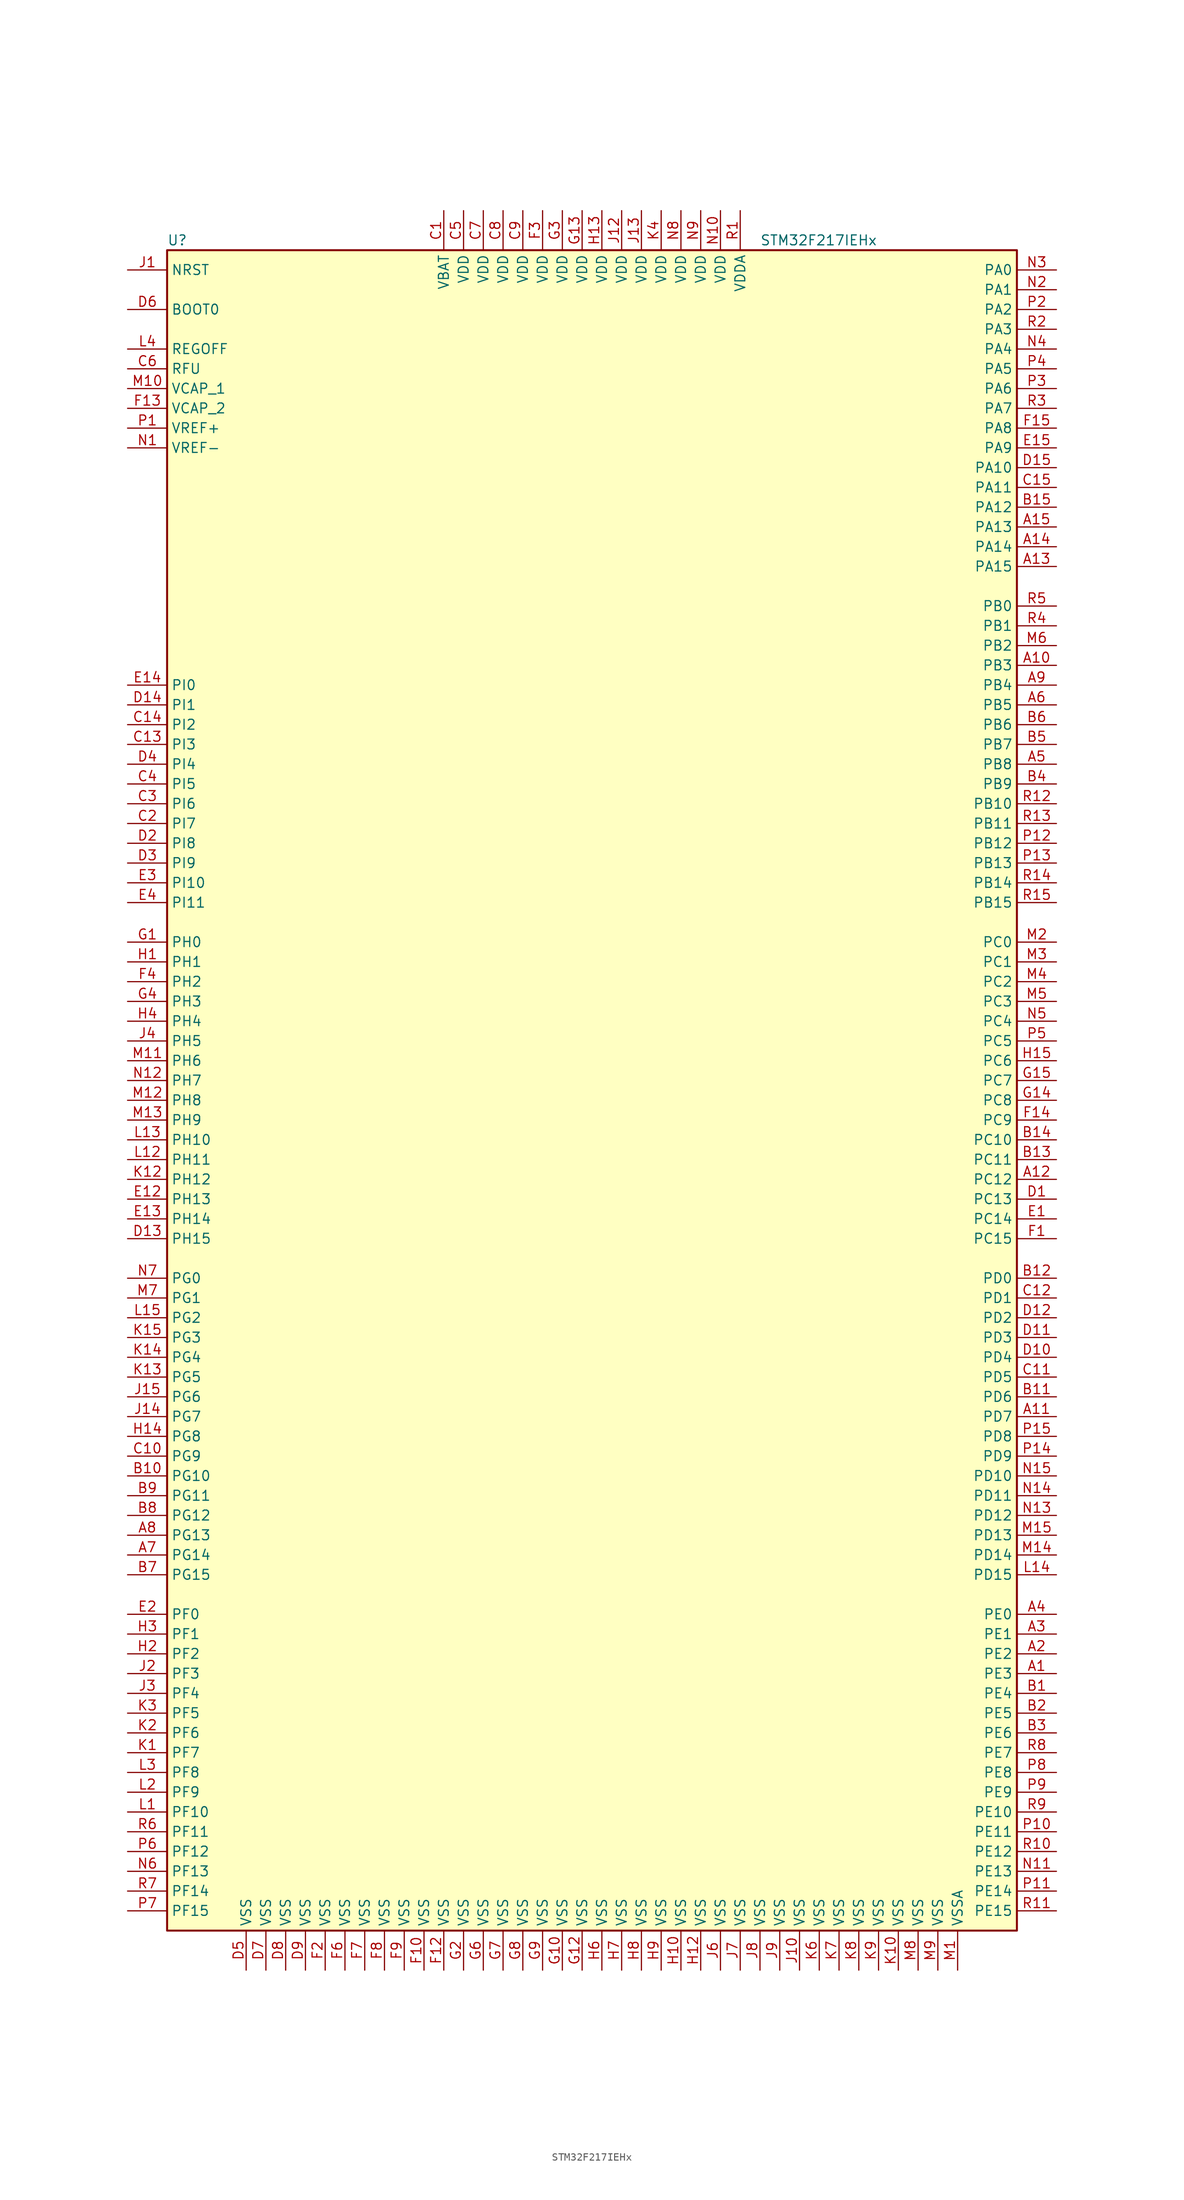
<source format=kicad_sym>
(kicad_symbol_lib
  (version 20201005)
  (generator kicad_symbol_editor)
  (symbol "STM32F217IEHx"
    (property "Reference" "U"
      (at -55.88 107.95 0)
      (effects (font (size 1.27 1.27)) (justify left)))
    (property "Value" "STM32F217IEHx"
      (at 20.32 107.95 0)
      (effects (font (size 1.27 1.27)) (justify left)))
    (symbol "STM32F217IEHx_0_1"
      (rectangle (start -55.88 -109.22) (end 53.34 106.68) (stroke (width 0.254)) (fill (type background))))
    (symbol "STM32F217IEHx_1_1"
      (pin input line (at -60.96 99.06 0) (length 5.08) (name "BOOT0" (effects (font (size 1.27 1.27)))) (number "D6" (effects (font (size 1.27 1.27)))))
      (pin input line (at -60.96 104.14 0) (length 5.08) (name "NRST" (effects (font (size 1.27 1.27)))) (number "J1" (effects (font (size 1.27 1.27)))))
      (pin bidirectional line (at 58.42 104.14 180) (length 5.08) (name "PA0" (effects (font (size 1.27 1.27)))) (number "N3" (effects (font (size 1.27 1.27)))))
      (pin bidirectional line (at 58.42 101.6 180) (length 5.08) (name "PA1" (effects (font (size 1.27 1.27)))) (number "N2" (effects (font (size 1.27 1.27)))))
      (pin bidirectional line (at 58.42 78.74 180) (length 5.08) (name "PA10" (effects (font (size 1.27 1.27)))) (number "D15" (effects (font (size 1.27 1.27)))))
      (pin bidirectional line (at 58.42 76.2 180) (length 5.08) (name "PA11" (effects (font (size 1.27 1.27)))) (number "C15" (effects (font (size 1.27 1.27)))))
      (pin bidirectional line (at 58.42 73.66 180) (length 5.08) (name "PA12" (effects (font (size 1.27 1.27)))) (number "B15" (effects (font (size 1.27 1.27)))))
      (pin bidirectional line (at 58.42 71.12 180) (length 5.08) (name "PA13" (effects (font (size 1.27 1.27)))) (number "A15" (effects (font (size 1.27 1.27)))))
      (pin bidirectional line (at 58.42 68.58 180) (length 5.08) (name "PA14" (effects (font (size 1.27 1.27)))) (number "A14" (effects (font (size 1.27 1.27)))))
      (pin bidirectional line (at 58.42 66.04 180) (length 5.08) (name "PA15" (effects (font (size 1.27 1.27)))) (number "A13" (effects (font (size 1.27 1.27)))))
      (pin bidirectional line (at 58.42 99.06 180) (length 5.08) (name "PA2" (effects (font (size 1.27 1.27)))) (number "P2" (effects (font (size 1.27 1.27)))))
      (pin bidirectional line (at 58.42 96.52 180) (length 5.08) (name "PA3" (effects (font (size 1.27 1.27)))) (number "R2" (effects (font (size 1.27 1.27)))))
      (pin bidirectional line (at 58.42 93.98 180) (length 5.08) (name "PA4" (effects (font (size 1.27 1.27)))) (number "N4" (effects (font (size 1.27 1.27)))))
      (pin bidirectional line (at 58.42 91.44 180) (length 5.08) (name "PA5" (effects (font (size 1.27 1.27)))) (number "P4" (effects (font (size 1.27 1.27)))))
      (pin bidirectional line (at 58.42 88.9 180) (length 5.08) (name "PA6" (effects (font (size 1.27 1.27)))) (number "P3" (effects (font (size 1.27 1.27)))))
      (pin bidirectional line (at 58.42 86.36 180) (length 5.08) (name "PA7" (effects (font (size 1.27 1.27)))) (number "R3" (effects (font (size 1.27 1.27)))))
      (pin bidirectional line (at 58.42 83.82 180) (length 5.08) (name "PA8" (effects (font (size 1.27 1.27)))) (number "F15" (effects (font (size 1.27 1.27)))))
      (pin bidirectional line (at 58.42 81.28 180) (length 5.08) (name "PA9" (effects (font (size 1.27 1.27)))) (number "E15" (effects (font (size 1.27 1.27)))))
      (pin bidirectional line (at 58.42 60.96 180) (length 5.08) (name "PB0" (effects (font (size 1.27 1.27)))) (number "R5" (effects (font (size 1.27 1.27)))))
      (pin bidirectional line (at 58.42 58.42 180) (length 5.08) (name "PB1" (effects (font (size 1.27 1.27)))) (number "R4" (effects (font (size 1.27 1.27)))))
      (pin bidirectional line (at 58.42 35.56 180) (length 5.08) (name "PB10" (effects (font (size 1.27 1.27)))) (number "R12" (effects (font (size 1.27 1.27)))))
      (pin bidirectional line (at 58.42 33.02 180) (length 5.08) (name "PB11" (effects (font (size 1.27 1.27)))) (number "R13" (effects (font (size 1.27 1.27)))))
      (pin bidirectional line (at 58.42 30.48 180) (length 5.08) (name "PB12" (effects (font (size 1.27 1.27)))) (number "P12" (effects (font (size 1.27 1.27)))))
      (pin bidirectional line (at 58.42 27.94 180) (length 5.08) (name "PB13" (effects (font (size 1.27 1.27)))) (number "P13" (effects (font (size 1.27 1.27)))))
      (pin bidirectional line (at 58.42 25.4 180) (length 5.08) (name "PB14" (effects (font (size 1.27 1.27)))) (number "R14" (effects (font (size 1.27 1.27)))))
      (pin bidirectional line (at 58.42 22.86 180) (length 5.08) (name "PB15" (effects (font (size 1.27 1.27)))) (number "R15" (effects (font (size 1.27 1.27)))))
      (pin bidirectional line (at 58.42 55.88 180) (length 5.08) (name "PB2" (effects (font (size 1.27 1.27)))) (number "M6" (effects (font (size 1.27 1.27)))))
      (pin bidirectional line (at 58.42 53.34 180) (length 5.08) (name "PB3" (effects (font (size 1.27 1.27)))) (number "A10" (effects (font (size 1.27 1.27)))))
      (pin bidirectional line (at 58.42 50.8 180) (length 5.08) (name "PB4" (effects (font (size 1.27 1.27)))) (number "A9" (effects (font (size 1.27 1.27)))))
      (pin bidirectional line (at 58.42 48.26 180) (length 5.08) (name "PB5" (effects (font (size 1.27 1.27)))) (number "A6" (effects (font (size 1.27 1.27)))))
      (pin bidirectional line (at 58.42 45.72 180) (length 5.08) (name "PB6" (effects (font (size 1.27 1.27)))) (number "B6" (effects (font (size 1.27 1.27)))))
      (pin bidirectional line (at 58.42 43.18 180) (length 5.08) (name "PB7" (effects (font (size 1.27 1.27)))) (number "B5" (effects (font (size 1.27 1.27)))))
      (pin bidirectional line (at 58.42 40.64 180) (length 5.08) (name "PB8" (effects (font (size 1.27 1.27)))) (number "A5" (effects (font (size 1.27 1.27)))))
      (pin bidirectional line (at 58.42 38.1 180) (length 5.08) (name "PB9" (effects (font (size 1.27 1.27)))) (number "B4" (effects (font (size 1.27 1.27)))))
      (pin bidirectional line (at 58.42 17.78 180) (length 5.08) (name "PC0" (effects (font (size 1.27 1.27)))) (number "M2" (effects (font (size 1.27 1.27)))))
      (pin bidirectional line (at 58.42 15.24 180) (length 5.08) (name "PC1" (effects (font (size 1.27 1.27)))) (number "M3" (effects (font (size 1.27 1.27)))))
      (pin bidirectional line (at 58.42 -7.62 180) (length 5.08) (name "PC10" (effects (font (size 1.27 1.27)))) (number "B14" (effects (font (size 1.27 1.27)))))
      (pin bidirectional line (at 58.42 -10.16 180) (length 5.08) (name "PC11" (effects (font (size 1.27 1.27)))) (number "B13" (effects (font (size 1.27 1.27)))))
      (pin bidirectional line (at 58.42 -12.7 180) (length 5.08) (name "PC12" (effects (font (size 1.27 1.27)))) (number "A12" (effects (font (size 1.27 1.27)))))
      (pin bidirectional line (at 58.42 -15.24 180) (length 5.08) (name "PC13" (effects (font (size 1.27 1.27)))) (number "D1" (effects (font (size 1.27 1.27)))))
      (pin bidirectional line (at 58.42 -17.78 180) (length 5.08) (name "PC14" (effects (font (size 1.27 1.27)))) (number "E1" (effects (font (size 1.27 1.27)))))
      (pin bidirectional line (at 58.42 -20.32 180) (length 5.08) (name "PC15" (effects (font (size 1.27 1.27)))) (number "F1" (effects (font (size 1.27 1.27)))))
      (pin bidirectional line (at 58.42 12.7 180) (length 5.08) (name "PC2" (effects (font (size 1.27 1.27)))) (number "M4" (effects (font (size 1.27 1.27)))))
      (pin bidirectional line (at 58.42 10.16 180) (length 5.08) (name "PC3" (effects (font (size 1.27 1.27)))) (number "M5" (effects (font (size 1.27 1.27)))))
      (pin bidirectional line (at 58.42 7.62 180) (length 5.08) (name "PC4" (effects (font (size 1.27 1.27)))) (number "N5" (effects (font (size 1.27 1.27)))))
      (pin bidirectional line (at 58.42 5.08 180) (length 5.08) (name "PC5" (effects (font (size 1.27 1.27)))) (number "P5" (effects (font (size 1.27 1.27)))))
      (pin bidirectional line (at 58.42 2.54 180) (length 5.08) (name "PC6" (effects (font (size 1.27 1.27)))) (number "H15" (effects (font (size 1.27 1.27)))))
      (pin bidirectional line (at 58.42 0 180) (length 5.08) (name "PC7" (effects (font (size 1.27 1.27)))) (number "G15" (effects (font (size 1.27 1.27)))))
      (pin bidirectional line (at 58.42 -2.54 180) (length 5.08) (name "PC8" (effects (font (size 1.27 1.27)))) (number "G14" (effects (font (size 1.27 1.27)))))
      (pin bidirectional line (at 58.42 -5.08 180) (length 5.08) (name "PC9" (effects (font (size 1.27 1.27)))) (number "F14" (effects (font (size 1.27 1.27)))))
      (pin bidirectional line (at 58.42 -25.4 180) (length 5.08) (name "PD0" (effects (font (size 1.27 1.27)))) (number "B12" (effects (font (size 1.27 1.27)))))
      (pin bidirectional line (at 58.42 -27.94 180) (length 5.08) (name "PD1" (effects (font (size 1.27 1.27)))) (number "C12" (effects (font (size 1.27 1.27)))))
      (pin bidirectional line (at 58.42 -50.8 180) (length 5.08) (name "PD10" (effects (font (size 1.27 1.27)))) (number "N15" (effects (font (size 1.27 1.27)))))
      (pin bidirectional line (at 58.42 -53.34 180) (length 5.08) (name "PD11" (effects (font (size 1.27 1.27)))) (number "N14" (effects (font (size 1.27 1.27)))))
      (pin bidirectional line (at 58.42 -55.88 180) (length 5.08) (name "PD12" (effects (font (size 1.27 1.27)))) (number "N13" (effects (font (size 1.27 1.27)))))
      (pin bidirectional line (at 58.42 -58.42 180) (length 5.08) (name "PD13" (effects (font (size 1.27 1.27)))) (number "M15" (effects (font (size 1.27 1.27)))))
      (pin bidirectional line (at 58.42 -60.96 180) (length 5.08) (name "PD14" (effects (font (size 1.27 1.27)))) (number "M14" (effects (font (size 1.27 1.27)))))
      (pin bidirectional line (at 58.42 -63.5 180) (length 5.08) (name "PD15" (effects (font (size 1.27 1.27)))) (number "L14" (effects (font (size 1.27 1.27)))))
      (pin bidirectional line (at 58.42 -30.48 180) (length 5.08) (name "PD2" (effects (font (size 1.27 1.27)))) (number "D12" (effects (font (size 1.27 1.27)))))
      (pin bidirectional line (at 58.42 -33.02 180) (length 5.08) (name "PD3" (effects (font (size 1.27 1.27)))) (number "D11" (effects (font (size 1.27 1.27)))))
      (pin bidirectional line (at 58.42 -35.56 180) (length 5.08) (name "PD4" (effects (font (size 1.27 1.27)))) (number "D10" (effects (font (size 1.27 1.27)))))
      (pin bidirectional line (at 58.42 -38.1 180) (length 5.08) (name "PD5" (effects (font (size 1.27 1.27)))) (number "C11" (effects (font (size 1.27 1.27)))))
      (pin bidirectional line (at 58.42 -40.64 180) (length 5.08) (name "PD6" (effects (font (size 1.27 1.27)))) (number "B11" (effects (font (size 1.27 1.27)))))
      (pin bidirectional line (at 58.42 -43.18 180) (length 5.08) (name "PD7" (effects (font (size 1.27 1.27)))) (number "A11" (effects (font (size 1.27 1.27)))))
      (pin bidirectional line (at 58.42 -45.72 180) (length 5.08) (name "PD8" (effects (font (size 1.27 1.27)))) (number "P15" (effects (font (size 1.27 1.27)))))
      (pin bidirectional line (at 58.42 -48.26 180) (length 5.08) (name "PD9" (effects (font (size 1.27 1.27)))) (number "P14" (effects (font (size 1.27 1.27)))))
      (pin bidirectional line (at 58.42 -68.58 180) (length 5.08) (name "PE0" (effects (font (size 1.27 1.27)))) (number "A4" (effects (font (size 1.27 1.27)))))
      (pin bidirectional line (at 58.42 -71.12 180) (length 5.08) (name "PE1" (effects (font (size 1.27 1.27)))) (number "A3" (effects (font (size 1.27 1.27)))))
      (pin bidirectional line (at 58.42 -93.98 180) (length 5.08) (name "PE10" (effects (font (size 1.27 1.27)))) (number "R9" (effects (font (size 1.27 1.27)))))
      (pin bidirectional line (at 58.42 -96.52 180) (length 5.08) (name "PE11" (effects (font (size 1.27 1.27)))) (number "P10" (effects (font (size 1.27 1.27)))))
      (pin bidirectional line (at 58.42 -99.06 180) (length 5.08) (name "PE12" (effects (font (size 1.27 1.27)))) (number "R10" (effects (font (size 1.27 1.27)))))
      (pin bidirectional line (at 58.42 -101.6 180) (length 5.08) (name "PE13" (effects (font (size 1.27 1.27)))) (number "N11" (effects (font (size 1.27 1.27)))))
      (pin bidirectional line (at 58.42 -104.14 180) (length 5.08) (name "PE14" (effects (font (size 1.27 1.27)))) (number "P11" (effects (font (size 1.27 1.27)))))
      (pin bidirectional line (at 58.42 -106.68 180) (length 5.08) (name "PE15" (effects (font (size 1.27 1.27)))) (number "R11" (effects (font (size 1.27 1.27)))))
      (pin bidirectional line (at 58.42 -73.66 180) (length 5.08) (name "PE2" (effects (font (size 1.27 1.27)))) (number "A2" (effects (font (size 1.27 1.27)))))
      (pin bidirectional line (at 58.42 -76.2 180) (length 5.08) (name "PE3" (effects (font (size 1.27 1.27)))) (number "A1" (effects (font (size 1.27 1.27)))))
      (pin bidirectional line (at 58.42 -78.74 180) (length 5.08) (name "PE4" (effects (font (size 1.27 1.27)))) (number "B1" (effects (font (size 1.27 1.27)))))
      (pin bidirectional line (at 58.42 -81.28 180) (length 5.08) (name "PE5" (effects (font (size 1.27 1.27)))) (number "B2" (effects (font (size 1.27 1.27)))))
      (pin bidirectional line (at 58.42 -83.82 180) (length 5.08) (name "PE6" (effects (font (size 1.27 1.27)))) (number "B3" (effects (font (size 1.27 1.27)))))
      (pin bidirectional line (at 58.42 -86.36 180) (length 5.08) (name "PE7" (effects (font (size 1.27 1.27)))) (number "R8" (effects (font (size 1.27 1.27)))))
      (pin bidirectional line (at 58.42 -88.9 180) (length 5.08) (name "PE8" (effects (font (size 1.27 1.27)))) (number "P8" (effects (font (size 1.27 1.27)))))
      (pin bidirectional line (at 58.42 -91.44 180) (length 5.08) (name "PE9" (effects (font (size 1.27 1.27)))) (number "P9" (effects (font (size 1.27 1.27)))))
      (pin bidirectional line (at -60.96 -68.58 0) (length 5.08) (name "PF0" (effects (font (size 1.27 1.27)))) (number "E2" (effects (font (size 1.27 1.27)))))
      (pin bidirectional line (at -60.96 -71.12 0) (length 5.08) (name "PF1" (effects (font (size 1.27 1.27)))) (number "H3" (effects (font (size 1.27 1.27)))))
      (pin bidirectional line (at -60.96 -93.98 0) (length 5.08) (name "PF10" (effects (font (size 1.27 1.27)))) (number "L1" (effects (font (size 1.27 1.27)))))
      (pin bidirectional line (at -60.96 -96.52 0) (length 5.08) (name "PF11" (effects (font (size 1.27 1.27)))) (number "R6" (effects (font (size 1.27 1.27)))))
      (pin bidirectional line (at -60.96 -99.06 0) (length 5.08) (name "PF12" (effects (font (size 1.27 1.27)))) (number "P6" (effects (font (size 1.27 1.27)))))
      (pin bidirectional line (at -60.96 -101.6 0) (length 5.08) (name "PF13" (effects (font (size 1.27 1.27)))) (number "N6" (effects (font (size 1.27 1.27)))))
      (pin bidirectional line (at -60.96 -104.14 0) (length 5.08) (name "PF14" (effects (font (size 1.27 1.27)))) (number "R7" (effects (font (size 1.27 1.27)))))
      (pin bidirectional line (at -60.96 -106.68 0) (length 5.08) (name "PF15" (effects (font (size 1.27 1.27)))) (number "P7" (effects (font (size 1.27 1.27)))))
      (pin bidirectional line (at -60.96 -73.66 0) (length 5.08) (name "PF2" (effects (font (size 1.27 1.27)))) (number "H2" (effects (font (size 1.27 1.27)))))
      (pin bidirectional line (at -60.96 -76.2 0) (length 5.08) (name "PF3" (effects (font (size 1.27 1.27)))) (number "J2" (effects (font (size 1.27 1.27)))))
      (pin bidirectional line (at -60.96 -78.74 0) (length 5.08) (name "PF4" (effects (font (size 1.27 1.27)))) (number "J3" (effects (font (size 1.27 1.27)))))
      (pin bidirectional line (at -60.96 -81.28 0) (length 5.08) (name "PF5" (effects (font (size 1.27 1.27)))) (number "K3" (effects (font (size 1.27 1.27)))))
      (pin bidirectional line (at -60.96 -83.82 0) (length 5.08) (name "PF6" (effects (font (size 1.27 1.27)))) (number "K2" (effects (font (size 1.27 1.27)))))
      (pin bidirectional line (at -60.96 -86.36 0) (length 5.08) (name "PF7" (effects (font (size 1.27 1.27)))) (number "K1" (effects (font (size 1.27 1.27)))))
      (pin bidirectional line (at -60.96 -88.9 0) (length 5.08) (name "PF8" (effects (font (size 1.27 1.27)))) (number "L3" (effects (font (size 1.27 1.27)))))
      (pin bidirectional line (at -60.96 -91.44 0) (length 5.08) (name "PF9" (effects (font (size 1.27 1.27)))) (number "L2" (effects (font (size 1.27 1.27)))))
      (pin bidirectional line (at -60.96 -25.4 0) (length 5.08) (name "PG0" (effects (font (size 1.27 1.27)))) (number "N7" (effects (font (size 1.27 1.27)))))
      (pin bidirectional line (at -60.96 -27.94 0) (length 5.08) (name "PG1" (effects (font (size 1.27 1.27)))) (number "M7" (effects (font (size 1.27 1.27)))))
      (pin bidirectional line (at -60.96 -50.8 0) (length 5.08) (name "PG10" (effects (font (size 1.27 1.27)))) (number "B10" (effects (font (size 1.27 1.27)))))
      (pin bidirectional line (at -60.96 -53.34 0) (length 5.08) (name "PG11" (effects (font (size 1.27 1.27)))) (number "B9" (effects (font (size 1.27 1.27)))))
      (pin bidirectional line (at -60.96 -55.88 0) (length 5.08) (name "PG12" (effects (font (size 1.27 1.27)))) (number "B8" (effects (font (size 1.27 1.27)))))
      (pin bidirectional line (at -60.96 -58.42 0) (length 5.08) (name "PG13" (effects (font (size 1.27 1.27)))) (number "A8" (effects (font (size 1.27 1.27)))))
      (pin bidirectional line (at -60.96 -60.96 0) (length 5.08) (name "PG14" (effects (font (size 1.27 1.27)))) (number "A7" (effects (font (size 1.27 1.27)))))
      (pin bidirectional line (at -60.96 -63.5 0) (length 5.08) (name "PG15" (effects (font (size 1.27 1.27)))) (number "B7" (effects (font (size 1.27 1.27)))))
      (pin bidirectional line (at -60.96 -30.48 0) (length 5.08) (name "PG2" (effects (font (size 1.27 1.27)))) (number "L15" (effects (font (size 1.27 1.27)))))
      (pin bidirectional line (at -60.96 -33.02 0) (length 5.08) (name "PG3" (effects (font (size 1.27 1.27)))) (number "K15" (effects (font (size 1.27 1.27)))))
      (pin bidirectional line (at -60.96 -35.56 0) (length 5.08) (name "PG4" (effects (font (size 1.27 1.27)))) (number "K14" (effects (font (size 1.27 1.27)))))
      (pin bidirectional line (at -60.96 -38.1 0) (length 5.08) (name "PG5" (effects (font (size 1.27 1.27)))) (number "K13" (effects (font (size 1.27 1.27)))))
      (pin bidirectional line (at -60.96 -40.64 0) (length 5.08) (name "PG6" (effects (font (size 1.27 1.27)))) (number "J15" (effects (font (size 1.27 1.27)))))
      (pin bidirectional line (at -60.96 -43.18 0) (length 5.08) (name "PG7" (effects (font (size 1.27 1.27)))) (number "J14" (effects (font (size 1.27 1.27)))))
      (pin bidirectional line (at -60.96 -45.72 0) (length 5.08) (name "PG8" (effects (font (size 1.27 1.27)))) (number "H14" (effects (font (size 1.27 1.27)))))
      (pin bidirectional line (at -60.96 -48.26 0) (length 5.08) (name "PG9" (effects (font (size 1.27 1.27)))) (number "C10" (effects (font (size 1.27 1.27)))))
      (pin input line (at -60.96 17.78 0) (length 5.08) (name "PH0" (effects (font (size 1.27 1.27)))) (number "G1" (effects (font (size 1.27 1.27)))))
      (pin input line (at -60.96 15.24 0) (length 5.08) (name "PH1" (effects (font (size 1.27 1.27)))) (number "H1" (effects (font (size 1.27 1.27)))))
      (pin bidirectional line (at -60.96 -7.62 0) (length 5.08) (name "PH10" (effects (font (size 1.27 1.27)))) (number "L13" (effects (font (size 1.27 1.27)))))
      (pin bidirectional line (at -60.96 -10.16 0) (length 5.08) (name "PH11" (effects (font (size 1.27 1.27)))) (number "L12" (effects (font (size 1.27 1.27)))))
      (pin bidirectional line (at -60.96 -12.7 0) (length 5.08) (name "PH12" (effects (font (size 1.27 1.27)))) (number "K12" (effects (font (size 1.27 1.27)))))
      (pin bidirectional line (at -60.96 -15.24 0) (length 5.08) (name "PH13" (effects (font (size 1.27 1.27)))) (number "E12" (effects (font (size 1.27 1.27)))))
      (pin bidirectional line (at -60.96 -17.78 0) (length 5.08) (name "PH14" (effects (font (size 1.27 1.27)))) (number "E13" (effects (font (size 1.27 1.27)))))
      (pin bidirectional line (at -60.96 -20.32 0) (length 5.08) (name "PH15" (effects (font (size 1.27 1.27)))) (number "D13" (effects (font (size 1.27 1.27)))))
      (pin bidirectional line (at -60.96 12.7 0) (length 5.08) (name "PH2" (effects (font (size 1.27 1.27)))) (number "F4" (effects (font (size 1.27 1.27)))))
      (pin bidirectional line (at -60.96 10.16 0) (length 5.08) (name "PH3" (effects (font (size 1.27 1.27)))) (number "G4" (effects (font (size 1.27 1.27)))))
      (pin bidirectional line (at -60.96 7.62 0) (length 5.08) (name "PH4" (effects (font (size 1.27 1.27)))) (number "H4" (effects (font (size 1.27 1.27)))))
      (pin bidirectional line (at -60.96 5.08 0) (length 5.08) (name "PH5" (effects (font (size 1.27 1.27)))) (number "J4" (effects (font (size 1.27 1.27)))))
      (pin bidirectional line (at -60.96 2.54 0) (length 5.08) (name "PH6" (effects (font (size 1.27 1.27)))) (number "M11" (effects (font (size 1.27 1.27)))))
      (pin bidirectional line (at -60.96 0 0) (length 5.08) (name "PH7" (effects (font (size 1.27 1.27)))) (number "N12" (effects (font (size 1.27 1.27)))))
      (pin bidirectional line (at -60.96 -2.54 0) (length 5.08) (name "PH8" (effects (font (size 1.27 1.27)))) (number "M12" (effects (font (size 1.27 1.27)))))
      (pin bidirectional line (at -60.96 -5.08 0) (length 5.08) (name "PH9" (effects (font (size 1.27 1.27)))) (number "M13" (effects (font (size 1.27 1.27)))))
      (pin bidirectional line (at -60.96 50.8 0) (length 5.08) (name "PI0" (effects (font (size 1.27 1.27)))) (number "E14" (effects (font (size 1.27 1.27)))))
      (pin bidirectional line (at -60.96 48.26 0) (length 5.08) (name "PI1" (effects (font (size 1.27 1.27)))) (number "D14" (effects (font (size 1.27 1.27)))))
      (pin bidirectional line (at -60.96 25.4 0) (length 5.08) (name "PI10" (effects (font (size 1.27 1.27)))) (number "E3" (effects (font (size 1.27 1.27)))))
      (pin bidirectional line (at -60.96 22.86 0) (length 5.08) (name "PI11" (effects (font (size 1.27 1.27)))) (number "E4" (effects (font (size 1.27 1.27)))))
      (pin bidirectional line (at -60.96 45.72 0) (length 5.08) (name "PI2" (effects (font (size 1.27 1.27)))) (number "C14" (effects (font (size 1.27 1.27)))))
      (pin bidirectional line (at -60.96 43.18 0) (length 5.08) (name "PI3" (effects (font (size 1.27 1.27)))) (number "C13" (effects (font (size 1.27 1.27)))))
      (pin bidirectional line (at -60.96 40.64 0) (length 5.08) (name "PI4" (effects (font (size 1.27 1.27)))) (number "D4" (effects (font (size 1.27 1.27)))))
      (pin bidirectional line (at -60.96 38.1 0) (length 5.08) (name "PI5" (effects (font (size 1.27 1.27)))) (number "C4" (effects (font (size 1.27 1.27)))))
      (pin bidirectional line (at -60.96 35.56 0) (length 5.08) (name "PI6" (effects (font (size 1.27 1.27)))) (number "C3" (effects (font (size 1.27 1.27)))))
      (pin bidirectional line (at -60.96 33.02 0) (length 5.08) (name "PI7" (effects (font (size 1.27 1.27)))) (number "C2" (effects (font (size 1.27 1.27)))))
      (pin bidirectional line (at -60.96 30.48 0) (length 5.08) (name "PI8" (effects (font (size 1.27 1.27)))) (number "D2" (effects (font (size 1.27 1.27)))))
      (pin bidirectional line (at -60.96 27.94 0) (length 5.08) (name "PI9" (effects (font (size 1.27 1.27)))) (number "D3" (effects (font (size 1.27 1.27)))))
      (pin power_in line (at -60.96 93.98 0) (length 5.08) (name "REGOFF" (effects (font (size 1.27 1.27)))) (number "L4" (effects (font (size 1.27 1.27)))))
      (pin power_in line (at -60.96 91.44 0) (length 5.08) (name "RFU" (effects (font (size 1.27 1.27)))) (number "C6" (effects (font (size 1.27 1.27)))))
      (pin power_in line (at -20.32 111.76 270) (length 5.08) (name "VBAT" (effects (font (size 1.27 1.27)))) (number "C1" (effects (font (size 1.27 1.27)))))
      (pin power_in line (at -60.96 88.9 0) (length 5.08) (name "VCAP_1" (effects (font (size 1.27 1.27)))) (number "M10" (effects (font (size 1.27 1.27)))))
      (pin power_in line (at -60.96 86.36 0) (length 5.08) (name "VCAP_2" (effects (font (size 1.27 1.27)))) (number "F13" (effects (font (size 1.27 1.27)))))
      (pin power_in line (at -17.78 111.76 270) (length 5.08) (name "VDD" (effects (font (size 1.27 1.27)))) (number "C5" (effects (font (size 1.27 1.27)))))
      (pin power_in line (at -15.24 111.76 270) (length 5.08) (name "VDD" (effects (font (size 1.27 1.27)))) (number "C7" (effects (font (size 1.27 1.27)))))
      (pin power_in line (at -12.7 111.76 270) (length 5.08) (name "VDD" (effects (font (size 1.27 1.27)))) (number "C8" (effects (font (size 1.27 1.27)))))
      (pin power_in line (at -10.16 111.76 270) (length 5.08) (name "VDD" (effects (font (size 1.27 1.27)))) (number "C9" (effects (font (size 1.27 1.27)))))
      (pin power_in line (at -7.62 111.76 270) (length 5.08) (name "VDD" (effects (font (size 1.27 1.27)))) (number "F3" (effects (font (size 1.27 1.27)))))
      (pin power_in line (at -2.54 111.76 270) (length 5.08) (name "VDD" (effects (font (size 1.27 1.27)))) (number "G13" (effects (font (size 1.27 1.27)))))
      (pin power_in line (at -5.08 111.76 270) (length 5.08) (name "VDD" (effects (font (size 1.27 1.27)))) (number "G3" (effects (font (size 1.27 1.27)))))
      (pin power_in line (at 0 111.76 270) (length 5.08) (name "VDD" (effects (font (size 1.27 1.27)))) (number "H13" (effects (font (size 1.27 1.27)))))
      (pin power_in line (at 2.54 111.76 270) (length 5.08) (name "VDD" (effects (font (size 1.27 1.27)))) (number "J12" (effects (font (size 1.27 1.27)))))
      (pin power_in line (at 5.08 111.76 270) (length 5.08) (name "VDD" (effects (font (size 1.27 1.27)))) (number "J13" (effects (font (size 1.27 1.27)))))
      (pin power_in line (at 7.62 111.76 270) (length 5.08) (name "VDD" (effects (font (size 1.27 1.27)))) (number "K4" (effects (font (size 1.27 1.27)))))
      (pin power_in line (at 15.24 111.76 270) (length 5.08) (name "VDD" (effects (font (size 1.27 1.27)))) (number "N10" (effects (font (size 1.27 1.27)))))
      (pin power_in line (at 10.16 111.76 270) (length 5.08) (name "VDD" (effects (font (size 1.27 1.27)))) (number "N8" (effects (font (size 1.27 1.27)))))
      (pin power_in line (at 12.7 111.76 270) (length 5.08) (name "VDD" (effects (font (size 1.27 1.27)))) (number "N9" (effects (font (size 1.27 1.27)))))
      (pin power_in line (at 17.78 111.76 270) (length 5.08) (name "VDDA" (effects (font (size 1.27 1.27)))) (number "R1" (effects (font (size 1.27 1.27)))))
      (pin power_in line (at -60.96 83.82 0) (length 5.08) (name "VREF+" (effects (font (size 1.27 1.27)))) (number "P1" (effects (font (size 1.27 1.27)))))
      (pin power_in line (at -60.96 81.28 0) (length 5.08) (name "VREF-" (effects (font (size 1.27 1.27)))) (number "N1" (effects (font (size 1.27 1.27)))))
      (pin power_in line (at -45.72 -114.3 90) (length 5.08) (name "VSS" (effects (font (size 1.27 1.27)))) (number "D5" (effects (font (size 1.27 1.27)))))
      (pin power_in line (at -43.18 -114.3 90) (length 5.08) (name "VSS" (effects (font (size 1.27 1.27)))) (number "D7" (effects (font (size 1.27 1.27)))))
      (pin power_in line (at -40.64 -114.3 90) (length 5.08) (name "VSS" (effects (font (size 1.27 1.27)))) (number "D8" (effects (font (size 1.27 1.27)))))
      (pin power_in line (at -38.1 -114.3 90) (length 5.08) (name "VSS" (effects (font (size 1.27 1.27)))) (number "D9" (effects (font (size 1.27 1.27)))))
      (pin power_in line (at -22.86 -114.3 90) (length 5.08) (name "VSS" (effects (font (size 1.27 1.27)))) (number "F10" (effects (font (size 1.27 1.27)))))
      (pin power_in line (at -20.32 -114.3 90) (length 5.08) (name "VSS" (effects (font (size 1.27 1.27)))) (number "F12" (effects (font (size 1.27 1.27)))))
      (pin power_in line (at -35.56 -114.3 90) (length 5.08) (name "VSS" (effects (font (size 1.27 1.27)))) (number "F2" (effects (font (size 1.27 1.27)))))
      (pin power_in line (at -33.02 -114.3 90) (length 5.08) (name "VSS" (effects (font (size 1.27 1.27)))) (number "F6" (effects (font (size 1.27 1.27)))))
      (pin power_in line (at -30.48 -114.3 90) (length 5.08) (name "VSS" (effects (font (size 1.27 1.27)))) (number "F7" (effects (font (size 1.27 1.27)))))
      (pin power_in line (at -27.94 -114.3 90) (length 5.08) (name "VSS" (effects (font (size 1.27 1.27)))) (number "F8" (effects (font (size 1.27 1.27)))))
      (pin power_in line (at -25.4 -114.3 90) (length 5.08) (name "VSS" (effects (font (size 1.27 1.27)))) (number "F9" (effects (font (size 1.27 1.27)))))
      (pin power_in line (at -5.08 -114.3 90) (length 5.08) (name "VSS" (effects (font (size 1.27 1.27)))) (number "G10" (effects (font (size 1.27 1.27)))))
      (pin power_in line (at -2.54 -114.3 90) (length 5.08) (name "VSS" (effects (font (size 1.27 1.27)))) (number "G12" (effects (font (size 1.27 1.27)))))
      (pin power_in line (at -17.78 -114.3 90) (length 5.08) (name "VSS" (effects (font (size 1.27 1.27)))) (number "G2" (effects (font (size 1.27 1.27)))))
      (pin power_in line (at -15.24 -114.3 90) (length 5.08) (name "VSS" (effects (font (size 1.27 1.27)))) (number "G6" (effects (font (size 1.27 1.27)))))
      (pin power_in line (at -12.7 -114.3 90) (length 5.08) (name "VSS" (effects (font (size 1.27 1.27)))) (number "G7" (effects (font (size 1.27 1.27)))))
      (pin power_in line (at -10.16 -114.3 90) (length 5.08) (name "VSS" (effects (font (size 1.27 1.27)))) (number "G8" (effects (font (size 1.27 1.27)))))
      (pin power_in line (at -7.62 -114.3 90) (length 5.08) (name "VSS" (effects (font (size 1.27 1.27)))) (number "G9" (effects (font (size 1.27 1.27)))))
      (pin power_in line (at 10.16 -114.3 90) (length 5.08) (name "VSS" (effects (font (size 1.27 1.27)))) (number "H10" (effects (font (size 1.27 1.27)))))
      (pin power_in line (at 12.7 -114.3 90) (length 5.08) (name "VSS" (effects (font (size 1.27 1.27)))) (number "H12" (effects (font (size 1.27 1.27)))))
      (pin power_in line (at 0 -114.3 90) (length 5.08) (name "VSS" (effects (font (size 1.27 1.27)))) (number "H6" (effects (font (size 1.27 1.27)))))
      (pin power_in line (at 2.54 -114.3 90) (length 5.08) (name "VSS" (effects (font (size 1.27 1.27)))) (number "H7" (effects (font (size 1.27 1.27)))))
      (pin power_in line (at 5.08 -114.3 90) (length 5.08) (name "VSS" (effects (font (size 1.27 1.27)))) (number "H8" (effects (font (size 1.27 1.27)))))
      (pin power_in line (at 7.62 -114.3 90) (length 5.08) (name "VSS" (effects (font (size 1.27 1.27)))) (number "H9" (effects (font (size 1.27 1.27)))))
      (pin power_in line (at 25.4 -114.3 90) (length 5.08) (name "VSS" (effects (font (size 1.27 1.27)))) (number "J10" (effects (font (size 1.27 1.27)))))
      (pin power_in line (at 15.24 -114.3 90) (length 5.08) (name "VSS" (effects (font (size 1.27 1.27)))) (number "J6" (effects (font (size 1.27 1.27)))))
      (pin power_in line (at 17.78 -114.3 90) (length 5.08) (name "VSS" (effects (font (size 1.27 1.27)))) (number "J7" (effects (font (size 1.27 1.27)))))
      (pin power_in line (at 20.32 -114.3 90) (length 5.08) (name "VSS" (effects (font (size 1.27 1.27)))) (number "J8" (effects (font (size 1.27 1.27)))))
      (pin power_in line (at 22.86 -114.3 90) (length 5.08) (name "VSS" (effects (font (size 1.27 1.27)))) (number "J9" (effects (font (size 1.27 1.27)))))
      (pin power_in line (at 38.1 -114.3 90) (length 5.08) (name "VSS" (effects (font (size 1.27 1.27)))) (number "K10" (effects (font (size 1.27 1.27)))))
      (pin power_in line (at 27.94 -114.3 90) (length 5.08) (name "VSS" (effects (font (size 1.27 1.27)))) (number "K6" (effects (font (size 1.27 1.27)))))
      (pin power_in line (at 30.48 -114.3 90) (length 5.08) (name "VSS" (effects (font (size 1.27 1.27)))) (number "K7" (effects (font (size 1.27 1.27)))))
      (pin power_in line (at 33.02 -114.3 90) (length 5.08) (name "VSS" (effects (font (size 1.27 1.27)))) (number "K8" (effects (font (size 1.27 1.27)))))
      (pin power_in line (at 35.56 -114.3 90) (length 5.08) (name "VSS" (effects (font (size 1.27 1.27)))) (number "K9" (effects (font (size 1.27 1.27)))))
      (pin power_in line (at 40.64 -114.3 90) (length 5.08) (name "VSS" (effects (font (size 1.27 1.27)))) (number "M8" (effects (font (size 1.27 1.27)))))
      (pin power_in line (at 43.18 -114.3 90) (length 5.08) (name "VSS" (effects (font (size 1.27 1.27)))) (number "M9" (effects (font (size 1.27 1.27)))))
      (pin power_in line (at 45.72 -114.3 90) (length 5.08) (name "VSSA" (effects (font (size 1.27 1.27)))) (number "M1" (effects (font (size 1.27 1.27))))))))
</source>
